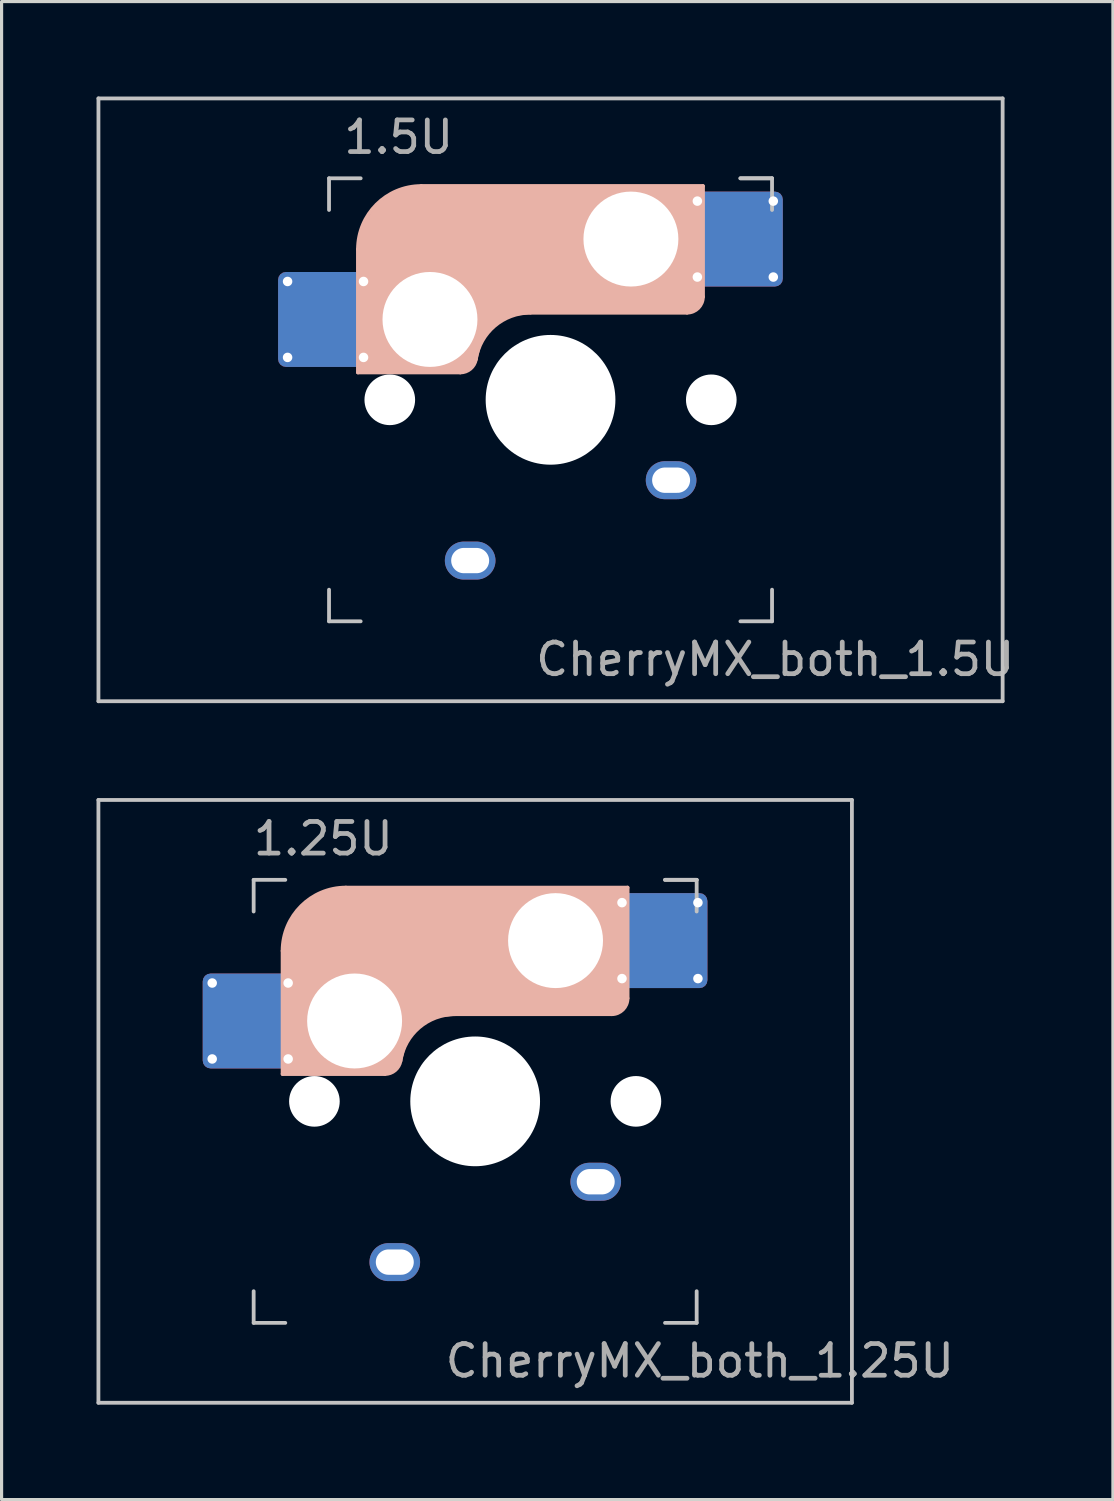
<source format=kicad_pcb>
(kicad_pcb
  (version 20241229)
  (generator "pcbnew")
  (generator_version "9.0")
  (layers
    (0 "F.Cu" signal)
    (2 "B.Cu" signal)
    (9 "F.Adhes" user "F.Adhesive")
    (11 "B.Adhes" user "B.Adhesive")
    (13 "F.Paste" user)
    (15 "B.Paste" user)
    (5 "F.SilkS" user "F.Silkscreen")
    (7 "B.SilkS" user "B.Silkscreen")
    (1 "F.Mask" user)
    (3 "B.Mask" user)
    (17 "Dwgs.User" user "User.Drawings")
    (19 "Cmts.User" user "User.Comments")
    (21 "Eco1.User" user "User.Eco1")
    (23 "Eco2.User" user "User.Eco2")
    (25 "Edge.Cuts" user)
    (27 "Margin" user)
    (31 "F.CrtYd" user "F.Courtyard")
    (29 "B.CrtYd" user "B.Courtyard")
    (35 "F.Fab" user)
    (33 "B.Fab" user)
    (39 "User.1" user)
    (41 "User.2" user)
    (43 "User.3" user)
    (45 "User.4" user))
  (footprint "CherryMX_both_1.25U"
    (layer "F.Cu")
    (at 11.966 31.755)
    (property "Reference" "CherryMX_both_1.25U" (at 7.1 8.2 0) (layer "F.Fab") (effects (font (size 1 1) (thickness 0.15))))
    (attr through_hole)
    (fp_line (start -8.11 -1.74) (end -8.11 -3.34) (stroke (width 0.12) (type solid)) (layer "B.Mask"))
    (fp_line (start -7.91 -3.54) (end -6.31 -3.54) (stroke (width 0.12) (type solid)) (layer "B.Mask"))
    (fp_line (start -6.31 -1.54) (end -7.91 -1.54) (stroke (width 0.12) (type solid)) (layer "B.Mask"))
    (fp_line (start -6.11 -3.34) (end -6.11 -1.74) (stroke (width 0.12) (type solid)) (layer "B.Mask"))
    (fp_line (start 4.84 -5.88) (end 4.84 -4.28) (stroke (width 0.12) (type solid)) (layer "B.Mask"))
    (fp_line (start 5.04 -6.08) (end 6.64 -6.08) (stroke (width 0.12) (type solid)) (layer "B.Mask"))
    (fp_line (start 5.04 -4.08) (end 6.64 -4.08) (stroke (width 0.12) (type solid)) (layer "B.Mask"))
    (fp_line (start 6.84 -4.28) (end 6.84 -5.88) (stroke (width 0.12) (type solid)) (layer "B.Mask"))
    (fp_arc (start -8.11 -3.34) (mid -8.051421 -3.481421) (end -7.91 -3.54) (stroke (width 0.12) (type solid)) (layer "B.Mask"))
    (fp_arc (start -7.91 -1.54) (mid -8.051421 -1.598579) (end -8.11 -1.74) (stroke (width 0.12) (type solid)) (layer "B.Mask"))
    (fp_arc (start -6.31 -3.54) (mid -6.168579 -3.481421) (end -6.11 -3.34) (stroke (width 0.12) (type solid)) (layer "B.Mask"))
    (fp_arc (start -6.11 -1.74) (mid -6.168579 -1.598579) (end -6.31 -1.54) (stroke (width 0.12) (type solid)) (layer "B.Mask"))
    (fp_arc (start 4.84 -5.88) (mid 4.898579 -6.021421) (end 5.04 -6.08) (stroke (width 0.12) (type solid)) (layer "B.Mask"))
    (fp_arc (start 5.04 -4.08) (mid 4.898579 -4.138579) (end 4.84 -4.28) (stroke (width 0.12) (type solid)) (layer "B.Mask"))
    (fp_arc (start 6.64 -6.08) (mid 6.781421 -6.021421) (end 6.84 -5.88) (stroke (width 0.12) (type solid)) (layer "B.Mask"))
    (fp_arc (start 6.84 -4.28) (mid 6.781421 -4.138579) (end 6.64 -4.08) (stroke (width 0.12) (type solid)) (layer "B.Mask"))
    (fp_poly (pts (xy -6.11 -3.34) (xy -6.11 -1.74) (xy -6.31 -1.54) (xy -7.91 -1.54) (xy -8.11 -1.74) (xy -8.11 -3.34) (xy -7.91 -3.54) (xy -6.31 -3.54)) (stroke (width 0.1) (type solid)) (fill yes) (layer "B.Mask"))
    (fp_poly (pts (xy 6.84 -5.88) (xy 6.84 -4.28) (xy 6.64 -4.08) (xy 5.04 -4.08) (xy 4.84 -4.28) (xy 4.84 -5.88) (xy 5.04 -6.08) (xy 6.64 -6.08)) (stroke (width 0.1) (type solid)) (fill yes) (layer "B.Mask"))
    (fp_line (start -6.085 -0.865) (end -6.085 -4.755) (stroke (width 0.12) (type solid)) (layer "B.SilkS"))
    (fp_line (start -4.085 -6.755) (end 4.815 -6.755) (stroke (width 0.12) (type solid)) (layer "B.SilkS"))
    (fp_line (start -2.852 -0.865) (end -6.085 -0.865) (stroke (width 0.12) (type solid)) (layer "B.SilkS"))
    (fp_line (start -0.635 -2.755) (end 4.315 -2.755) (stroke (width 0.12) (type solid)) (layer "B.SilkS"))
    (fp_line (start 4.815 -6.755) (end 4.815 -3.255) (stroke (width 0.12) (type solid)) (layer "B.SilkS"))
    (fp_arc (start -6.085 -4.755) (mid -5.499214 -6.169214) (end -4.085 -6.755) (stroke (width 0.12) (type solid)) (layer "B.SilkS"))
    (fp_arc (start -2.360959 -1.278326) (mid -1.770727 -2.335454) (end -0.635 -2.755) (stroke (width 0.12) (type solid)) (layer "B.SilkS"))
    (fp_arc (start -2.36 -1.278176) (mid -2.53101 -0.981978) (end -2.852404 -0.865) (stroke (width 0.12) (type solid)) (layer "B.SilkS"))
    (fp_arc (start 4.815 -3.255) (mid 4.668553 -2.901447) (end 4.315 -2.755) (stroke (width 0.12) (type solid)) (layer "B.SilkS"))
    (fp_poly (pts (xy 4.815 -3.255) (xy 4.633 -2.937) (xy 4.315 -2.755) (xy -0.635 -2.755) (xy -1.259 -2.696) (xy -1.805 -2.376) (xy -2.207 -1.885) (xy -2.361 -1.278) (xy -2.563 -1.02) (xy -2.852 -0.865) (xy -6.085 -0.865) (xy -6.085 -4.755) (xy -5.887 -5.501) (xy -5.464 -6.134) (xy -4.831 -6.557) (xy -4.085 -6.755) (xy 4.815 -6.755)) (stroke (width 0.1) (type solid)) (fill yes) (layer "B.SilkS"))
    (fp_line (start -8.11 -1.74) (end -8.11 -3.34) (stroke (width 0.12) (type solid)) (layer "B.Paste"))
    (fp_line (start -7.91 -3.54) (end -6.31 -3.54) (stroke (width 0.12) (type solid)) (layer "B.Paste"))
    (fp_line (start -6.31 -1.54) (end -7.91 -1.54) (stroke (width 0.12) (type solid)) (layer "B.Paste"))
    (fp_line (start -6.11 -3.34) (end -6.11 -1.74) (stroke (width 0.12) (type solid)) (layer "B.Paste"))
    (fp_line (start 4.84 -5.88) (end 4.84 -4.28) (stroke (width 0.12) (type solid)) (layer "B.Paste"))
    (fp_line (start 5.04 -6.08) (end 6.64 -6.08) (stroke (width 0.12) (type solid)) (layer "B.Paste"))
    (fp_line (start 5.04 -4.08) (end 6.64 -4.08) (stroke (width 0.12) (type solid)) (layer "B.Paste"))
    (fp_line (start 6.84 -4.28) (end 6.84 -5.88) (stroke (width 0.12) (type solid)) (layer "B.Paste"))
    (fp_arc (start -8.11 -3.34) (mid -8.051421 -3.481421) (end -7.91 -3.54) (stroke (width 0.12) (type solid)) (layer "B.Paste"))
    (fp_arc (start -7.91 -1.54) (mid -8.051421 -1.598579) (end -8.11 -1.74) (stroke (width 0.12) (type solid)) (layer "B.Paste"))
    (fp_arc (start -6.31 -3.54) (mid -6.168579 -3.481421) (end -6.11 -3.34) (stroke (width 0.12) (type solid)) (layer "B.Paste"))
    (fp_arc (start -6.11 -1.74) (mid -6.168579 -1.598579) (end -6.31 -1.54) (stroke (width 0.12) (type solid)) (layer "B.Paste"))
    (fp_arc (start 4.84 -5.88) (mid 4.898579 -6.021421) (end 5.04 -6.08) (stroke (width 0.12) (type solid)) (layer "B.Paste"))
    (fp_arc (start 5.04 -4.08) (mid 4.898579 -4.138579) (end 4.84 -4.28) (stroke (width 0.12) (type solid)) (layer "B.Paste"))
    (fp_arc (start 6.64 -6.08) (mid 6.781421 -6.021421) (end 6.84 -5.88) (stroke (width 0.12) (type solid)) (layer "B.Paste"))
    (fp_arc (start 6.84 -4.28) (mid 6.781421 -4.138579) (end 6.64 -4.08) (stroke (width 0.12) (type solid)) (layer "B.Paste"))
    (fp_poly (pts (xy -6.11 -3.34) (xy -6.11 -1.74) (xy -6.31 -1.54) (xy -7.91 -1.54) (xy -8.11 -1.74) (xy -8.11 -3.34) (xy -7.91 -3.54) (xy -6.31 -3.54)) (stroke (width 0.1) (type solid)) (fill yes) (layer "B.Paste"))
    (fp_poly (pts (xy 6.84 -5.88) (xy 6.84 -4.28) (xy 6.64 -4.08) (xy 5.04 -4.08) (xy 4.84 -4.28) (xy 4.84 -5.88) (xy 5.04 -6.08) (xy 6.64 -6.08)) (stroke (width 0.1) (type solid)) (fill yes) (layer "B.Paste"))
    (fp_line (start -11.906 -9.525) (end 11.906 -9.525) (stroke (width 0.12) (type solid)) (layer "Dwgs.User"))
    (fp_line (start -11.906 9.525) (end -11.906 -9.525) (stroke (width 0.12) (type solid)) (layer "Dwgs.User"))
    (fp_line (start -7 -7) (end -7 -6) (stroke (width 0.12) (type solid)) (layer "Dwgs.User"))
    (fp_line (start -7 -7) (end -6 -7) (stroke (width 0.12) (type solid)) (layer "Dwgs.User"))
    (fp_line (start -7 7) (end -7 6) (stroke (width 0.12) (type solid)) (layer "Dwgs.User"))
    (fp_line (start -7 7) (end -6 7) (stroke (width 0.12) (type solid)) (layer "Dwgs.User"))
    (fp_line (start 6 -7) (end 7 -7) (stroke (width 0.12) (type solid)) (layer "Dwgs.User"))
    (fp_line (start 7 -7) (end 6 -7) (stroke (width 0.12) (type solid)) (layer "Dwgs.User"))
    (fp_line (start 7 -7) (end 7 -6) (stroke (width 0.12) (type solid)) (layer "Dwgs.User"))
    (fp_line (start 7 7) (end 6 7) (stroke (width 0.12) (type solid)) (layer "Dwgs.User"))
    (fp_line (start 7 7) (end 7 6) (stroke (width 0.12) (type solid)) (layer "Dwgs.User"))
    (fp_line (start 11.906 -9.525) (end 11.906 9.525) (stroke (width 0.12) (type solid)) (layer "Dwgs.User"))
    (fp_line (start 11.906 9.525) (end -11.906 9.525) (stroke (width 0.12) (type solid)) (layer "Dwgs.User"))
    (fp_text user "1.25U" (at -4.8 -8.3 0) (layer "F.Fab") (effects (font (size 1 1) (thickness 0.15))))
    (pad "" np_thru_hole circle (at -5.08 0) (size 1.6 1.6) (drill 1.6) (layers "*.Cu" "*.Mask"))
    (pad "" np_thru_hole circle (at -3.81 -2.54) (size 3 3) (drill 3) (layers "*.Cu" "*.Mask"))
    (pad "" np_thru_hole circle (at 0 0 180) (size 4.1 4.1) (drill 4.1) (layers "*.Cu" "*.Mask"))
    (pad "" np_thru_hole circle (at 2.54 -5.08) (size 3 3) (drill 3) (layers "*.Cu" "*.Mask"))
    (pad "" np_thru_hole circle (at 5.08 0) (size 1.6 1.6) (drill 1.6) (layers "*.Cu" "*.Mask"))
    (pad "1" thru_hole circle (at -8.31 -3.74) (size 0.5 0.5) (drill 0.3) (layers "*.Cu"))
    (pad "1" thru_hole circle (at -8.31 -1.34) (size 0.5 0.5) (drill 0.3) (layers "*.Cu"))
    (pad "1" smd roundrect (at -7.11 -2.54) (size 3 3) (layers "F.Cu") (roundrect_rratio 0.083))
    (pad "1" smd roundrect (at -7.11 -2.54 180) (size 3 3) (layers "B.Cu") (roundrect_rratio 0.083))
    (pad "1" thru_hole circle (at -5.91 -3.74) (size 0.5 0.5) (drill 0.3) (layers "*.Cu"))
    (pad "1" thru_hole circle (at -5.91 -1.34) (size 0.5 0.5) (drill 0.3) (layers "*.Cu"))
    (pad "1" thru_hole oval (at -2.54 5.08 180) (size 1.6 1.2) (drill oval 1.2 0.8) (layers "*.Cu" "*.Mask"))
    (pad "2" thru_hole oval (at 3.81 2.54 180) (size 1.6 1.2) (drill oval 1.2 0.8) (layers "*.Cu" "*.Mask"))
    (pad "2" thru_hole circle (at 4.64 -6.28 180) (size 0.5 0.5) (drill 0.3) (layers "*.Cu"))
    (pad "2" thru_hole circle (at 4.64 -3.88 180) (size 0.5 0.5) (drill 0.3) (layers "*.Cu"))
    (pad "2" smd roundrect (at 5.84 -5.08 180) (size 3 3) (layers "F.Cu") (roundrect_rratio 0.083))
    (pad "2" smd roundrect (at 5.84 -5.08 180) (size 3 3) (layers "B.Cu") (roundrect_rratio 0.083))
    (pad "2" thru_hole circle (at 7.04 -6.28 180) (size 0.5 0.5) (drill 0.3) (layers "*.Cu"))
    (pad "2" thru_hole circle (at 7.04 -3.88 180) (size 0.5 0.5) (drill 0.3) (layers "*.Cu")))
  (footprint "CherryMX_both_1.5U"
    (layer "F.Cu")
    (at 14.348 9.585)
    (property "Reference" "CherryMX_both_1.5U" (at 7.1 8.2 0) (layer "F.Fab") (effects (font (size 1 1) (thickness 0.15))))
    (attr through_hole)
    (fp_line (start -8.11 -1.74) (end -8.11 -3.34) (stroke (width 0.12) (type solid)) (layer "B.Mask"))
    (fp_line (start -7.91 -3.54) (end -6.31 -3.54) (stroke (width 0.12) (type solid)) (layer "B.Mask"))
    (fp_line (start -6.31 -1.54) (end -7.91 -1.54) (stroke (width 0.12) (type solid)) (layer "B.Mask"))
    (fp_line (start -6.11 -3.34) (end -6.11 -1.74) (stroke (width 0.12) (type solid)) (layer "B.Mask"))
    (fp_line (start 4.84 -5.88) (end 4.84 -4.28) (stroke (width 0.12) (type solid)) (layer "B.Mask"))
    (fp_line (start 5.04 -6.08) (end 6.64 -6.08) (stroke (width 0.12) (type solid)) (layer "B.Mask"))
    (fp_line (start 5.04 -4.08) (end 6.64 -4.08) (stroke (width 0.12) (type solid)) (layer "B.Mask"))
    (fp_line (start 6.84 -4.28) (end 6.84 -5.88) (stroke (width 0.12) (type solid)) (layer "B.Mask"))
    (fp_arc (start -8.11 -3.34) (mid -8.051421 -3.481421) (end -7.91 -3.54) (stroke (width 0.12) (type solid)) (layer "B.Mask"))
    (fp_arc (start -7.91 -1.54) (mid -8.051421 -1.598579) (end -8.11 -1.74) (stroke (width 0.12) (type solid)) (layer "B.Mask"))
    (fp_arc (start -6.31 -3.54) (mid -6.168579 -3.481421) (end -6.11 -3.34) (stroke (width 0.12) (type solid)) (layer "B.Mask"))
    (fp_arc (start -6.11 -1.74) (mid -6.168579 -1.598579) (end -6.31 -1.54) (stroke (width 0.12) (type solid)) (layer "B.Mask"))
    (fp_arc (start 4.84 -5.88) (mid 4.898579 -6.021421) (end 5.04 -6.08) (stroke (width 0.12) (type solid)) (layer "B.Mask"))
    (fp_arc (start 5.04 -4.08) (mid 4.898579 -4.138579) (end 4.84 -4.28) (stroke (width 0.12) (type solid)) (layer "B.Mask"))
    (fp_arc (start 6.64 -6.08) (mid 6.781421 -6.021421) (end 6.84 -5.88) (stroke (width 0.12) (type solid)) (layer "B.Mask"))
    (fp_arc (start 6.84 -4.28) (mid 6.781421 -4.138579) (end 6.64 -4.08) (stroke (width 0.12) (type solid)) (layer "B.Mask"))
    (fp_poly (pts (xy -6.11 -3.34) (xy -6.11 -1.74) (xy -6.31 -1.54) (xy -7.91 -1.54) (xy -8.11 -1.74) (xy -8.11 -3.34) (xy -7.91 -3.54) (xy -6.31 -3.54)) (stroke (width 0.1) (type solid)) (fill yes) (layer "B.Mask"))
    (fp_poly (pts (xy 6.84 -5.88) (xy 6.84 -4.28) (xy 6.64 -4.08) (xy 5.04 -4.08) (xy 4.84 -4.28) (xy 4.84 -5.88) (xy 5.04 -6.08) (xy 6.64 -6.08)) (stroke (width 0.1) (type solid)) (fill yes) (layer "B.Mask"))
    (fp_line (start -6.085 -0.865) (end -6.085 -4.755) (stroke (width 0.12) (type solid)) (layer "B.SilkS"))
    (fp_line (start -4.085 -6.755) (end 4.815 -6.755) (stroke (width 0.12) (type solid)) (layer "B.SilkS"))
    (fp_line (start -2.852 -0.865) (end -6.085 -0.865) (stroke (width 0.12) (type solid)) (layer "B.SilkS"))
    (fp_line (start -0.635 -2.755) (end 4.315 -2.755) (stroke (width 0.12) (type solid)) (layer "B.SilkS"))
    (fp_line (start 4.815 -6.755) (end 4.815 -3.255) (stroke (width 0.12) (type solid)) (layer "B.SilkS"))
    (fp_arc (start -6.085 -4.755) (mid -5.499214 -6.169214) (end -4.085 -6.755) (stroke (width 0.12) (type solid)) (layer "B.SilkS"))
    (fp_arc (start -2.360959 -1.278326) (mid -1.770727 -2.335454) (end -0.635 -2.755) (stroke (width 0.12) (type solid)) (layer "B.SilkS"))
    (fp_arc (start -2.36 -1.278176) (mid -2.53101 -0.981978) (end -2.852404 -0.865) (stroke (width 0.12) (type solid)) (layer "B.SilkS"))
    (fp_arc (start 4.815 -3.255) (mid 4.668553 -2.901447) (end 4.315 -2.755) (stroke (width 0.12) (type solid)) (layer "B.SilkS"))
    (fp_poly (pts (xy 4.815 -3.255) (xy 4.633 -2.937) (xy 4.315 -2.755) (xy -0.635 -2.755) (xy -1.259 -2.696) (xy -1.805 -2.376) (xy -2.207 -1.885) (xy -2.361 -1.278) (xy -2.563 -1.02) (xy -2.852 -0.865) (xy -6.085 -0.865) (xy -6.085 -4.755) (xy -5.887 -5.501) (xy -5.464 -6.134) (xy -4.831 -6.557) (xy -4.085 -6.755) (xy 4.815 -6.755)) (stroke (width 0.1) (type solid)) (fill yes) (layer "B.SilkS"))
    (fp_line (start -8.11 -1.74) (end -8.11 -3.34) (stroke (width 0.12) (type solid)) (layer "B.Paste"))
    (fp_line (start -7.91 -3.54) (end -6.31 -3.54) (stroke (width 0.12) (type solid)) (layer "B.Paste"))
    (fp_line (start -6.31 -1.54) (end -7.91 -1.54) (stroke (width 0.12) (type solid)) (layer "B.Paste"))
    (fp_line (start -6.11 -3.34) (end -6.11 -1.74) (stroke (width 0.12) (type solid)) (layer "B.Paste"))
    (fp_line (start 4.84 -5.88) (end 4.84 -4.28) (stroke (width 0.12) (type solid)) (layer "B.Paste"))
    (fp_line (start 5.04 -6.08) (end 6.64 -6.08) (stroke (width 0.12) (type solid)) (layer "B.Paste"))
    (fp_line (start 5.04 -4.08) (end 6.64 -4.08) (stroke (width 0.12) (type solid)) (layer "B.Paste"))
    (fp_line (start 6.84 -4.28) (end 6.84 -5.88) (stroke (width 0.12) (type solid)) (layer "B.Paste"))
    (fp_arc (start -8.11 -3.34) (mid -8.051421 -3.481421) (end -7.91 -3.54) (stroke (width 0.12) (type solid)) (layer "B.Paste"))
    (fp_arc (start -7.91 -1.54) (mid -8.051421 -1.598579) (end -8.11 -1.74) (stroke (width 0.12) (type solid)) (layer "B.Paste"))
    (fp_arc (start -6.31 -3.54) (mid -6.168579 -3.481421) (end -6.11 -3.34) (stroke (width 0.12) (type solid)) (layer "B.Paste"))
    (fp_arc (start -6.11 -1.74) (mid -6.168579 -1.598579) (end -6.31 -1.54) (stroke (width 0.12) (type solid)) (layer "B.Paste"))
    (fp_arc (start 4.84 -5.88) (mid 4.898579 -6.021421) (end 5.04 -6.08) (stroke (width 0.12) (type solid)) (layer "B.Paste"))
    (fp_arc (start 5.04 -4.08) (mid 4.898579 -4.138579) (end 4.84 -4.28) (stroke (width 0.12) (type solid)) (layer "B.Paste"))
    (fp_arc (start 6.64 -6.08) (mid 6.781421 -6.021421) (end 6.84 -5.88) (stroke (width 0.12) (type solid)) (layer "B.Paste"))
    (fp_arc (start 6.84 -4.28) (mid 6.781421 -4.138579) (end 6.64 -4.08) (stroke (width 0.12) (type solid)) (layer "B.Paste"))
    (fp_poly (pts (xy -6.11 -3.34) (xy -6.11 -1.74) (xy -6.31 -1.54) (xy -7.91 -1.54) (xy -8.11 -1.74) (xy -8.11 -3.34) (xy -7.91 -3.54) (xy -6.31 -3.54)) (stroke (width 0.1) (type solid)) (fill yes) (layer "B.Paste"))
    (fp_poly (pts (xy 6.84 -5.88) (xy 6.84 -4.28) (xy 6.64 -4.08) (xy 5.04 -4.08) (xy 4.84 -4.28) (xy 4.84 -5.88) (xy 5.04 -6.08) (xy 6.64 -6.08)) (stroke (width 0.1) (type solid)) (fill yes) (layer "B.Paste"))
    (fp_line (start -14.287 -9.525) (end 14.287 -9.525) (stroke (width 0.12) (type solid)) (layer "Dwgs.User"))
    (fp_line (start -14.287 9.525) (end -14.287 -9.525) (stroke (width 0.12) (type solid)) (layer "Dwgs.User"))
    (fp_line (start -7 -7) (end -7 -6) (stroke (width 0.12) (type solid)) (layer "Dwgs.User"))
    (fp_line (start -7 -7) (end -6 -7) (stroke (width 0.12) (type solid)) (layer "Dwgs.User"))
    (fp_line (start -7 7) (end -7 6) (stroke (width 0.12) (type solid)) (layer "Dwgs.User"))
    (fp_line (start -7 7) (end -6 7) (stroke (width 0.12) (type solid)) (layer "Dwgs.User"))
    (fp_line (start 6 -7) (end 7 -7) (stroke (width 0.12) (type solid)) (layer "Dwgs.User"))
    (fp_line (start 7 -7) (end 6 -7) (stroke (width 0.12) (type solid)) (layer "Dwgs.User"))
    (fp_line (start 7 -7) (end 7 -6) (stroke (width 0.12) (type solid)) (layer "Dwgs.User"))
    (fp_line (start 7 7) (end 6 7) (stroke (width 0.12) (type solid)) (layer "Dwgs.User"))
    (fp_line (start 7 7) (end 7 6) (stroke (width 0.12) (type solid)) (layer "Dwgs.User"))
    (fp_line (start 14.287 -9.525) (end 14.287 9.525) (stroke (width 0.12) (type solid)) (layer "Dwgs.User"))
    (fp_line (start 14.287 9.525) (end -14.287 9.525) (stroke (width 0.12) (type solid)) (layer "Dwgs.User"))
    (fp_text user "1.5U" (at -4.8 -8.3 0) (layer "F.Fab") (effects (font (size 1 1) (thickness 0.15))))
    (pad "" np_thru_hole circle (at -5.08 0) (size 1.6 1.6) (drill 1.6) (layers "*.Cu" "*.Mask"))
    (pad "" np_thru_hole circle (at -3.81 -2.54) (size 3 3) (drill 3) (layers "*.Cu" "*.Mask"))
    (pad "" np_thru_hole circle (at 0 0 180) (size 4.1 4.1) (drill 4.1) (layers "*.Cu" "*.Mask"))
    (pad "" np_thru_hole circle (at 2.54 -5.08) (size 3 3) (drill 3) (layers "*.Cu" "*.Mask"))
    (pad "" np_thru_hole circle (at 5.08 0) (size 1.6 1.6) (drill 1.6) (layers "*.Cu" "*.Mask"))
    (pad "1" thru_hole circle (at -8.31 -3.74) (size 0.5 0.5) (drill 0.3) (layers "*.Cu"))
    (pad "1" thru_hole circle (at -8.31 -1.34) (size 0.5 0.5) (drill 0.3) (layers "*.Cu"))
    (pad "1" smd roundrect (at -7.11 -2.54) (size 3 3) (layers "F.Cu") (roundrect_rratio 0.083))
    (pad "1" smd roundrect (at -7.11 -2.54 180) (size 3 3) (layers "B.Cu") (roundrect_rratio 0.083))
    (pad "1" thru_hole circle (at -5.91 -3.74) (size 0.5 0.5) (drill 0.3) (layers "*.Cu"))
    (pad "1" thru_hole circle (at -5.91 -1.34) (size 0.5 0.5) (drill 0.3) (layers "*.Cu"))
    (pad "1" thru_hole oval (at -2.54 5.08 180) (size 1.6 1.2) (drill oval 1.2 0.8) (layers "*.Cu" "*.Mask"))
    (pad "2" thru_hole oval (at 3.81 2.54 180) (size 1.6 1.2) (drill oval 1.2 0.8) (layers "*.Cu" "*.Mask"))
    (pad "2" thru_hole circle (at 4.64 -6.28 180) (size 0.5 0.5) (drill 0.3) (layers "*.Cu"))
    (pad "2" thru_hole circle (at 4.64 -3.88 180) (size 0.5 0.5) (drill 0.3) (layers "*.Cu"))
    (pad "2" smd roundrect (at 5.84 -5.08 180) (size 3 3) (layers "F.Cu") (roundrect_rratio 0.083))
    (pad "2" smd roundrect (at 5.84 -5.08 180) (size 3 3) (layers "B.Cu") (roundrect_rratio 0.083))
    (pad "2" thru_hole circle (at 7.04 -6.28 180) (size 0.5 0.5) (drill 0.3) (layers "*.Cu"))
    (pad "2" thru_hole circle (at 7.04 -3.88 180) (size 0.5 0.5) (drill 0.3) (layers "*.Cu")))
  (gr_rect
    (start -3 -3)
    (end 32.12 44.34)
    (stroke (width 0.1) (type default))
    (fill no)
    (layer "Edge.Cuts")))
</source>
